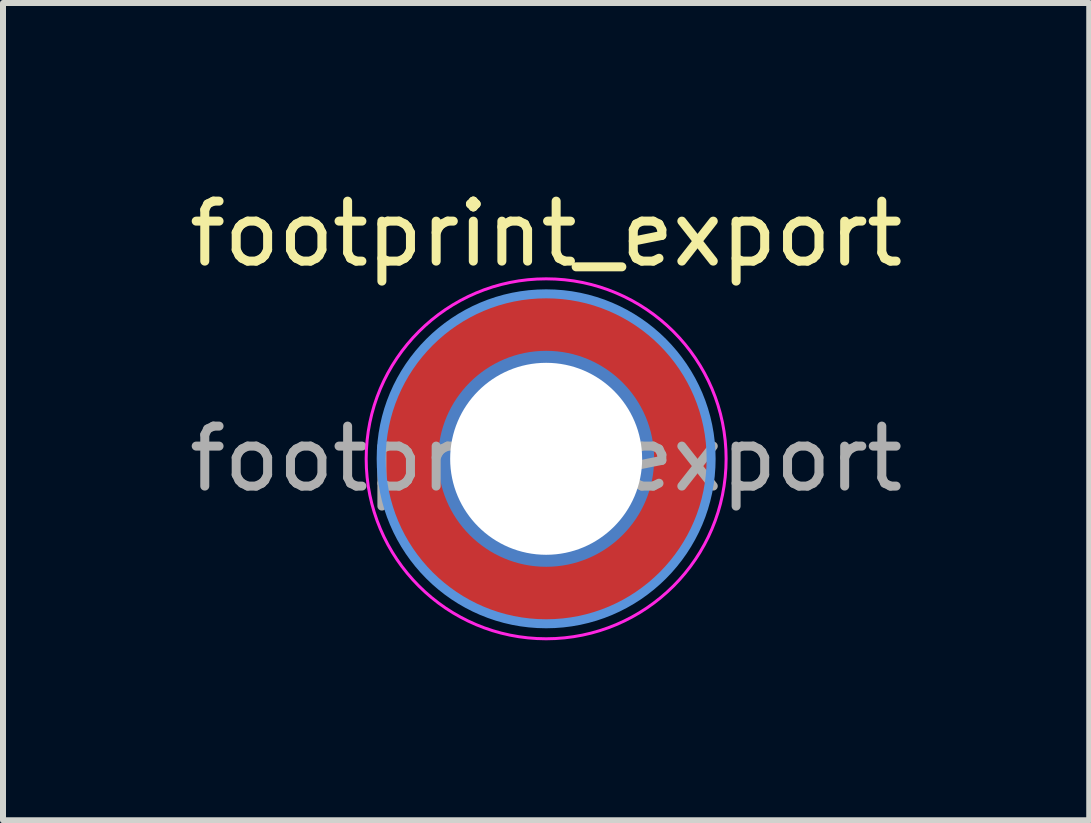
<source format=kicad_pcb>
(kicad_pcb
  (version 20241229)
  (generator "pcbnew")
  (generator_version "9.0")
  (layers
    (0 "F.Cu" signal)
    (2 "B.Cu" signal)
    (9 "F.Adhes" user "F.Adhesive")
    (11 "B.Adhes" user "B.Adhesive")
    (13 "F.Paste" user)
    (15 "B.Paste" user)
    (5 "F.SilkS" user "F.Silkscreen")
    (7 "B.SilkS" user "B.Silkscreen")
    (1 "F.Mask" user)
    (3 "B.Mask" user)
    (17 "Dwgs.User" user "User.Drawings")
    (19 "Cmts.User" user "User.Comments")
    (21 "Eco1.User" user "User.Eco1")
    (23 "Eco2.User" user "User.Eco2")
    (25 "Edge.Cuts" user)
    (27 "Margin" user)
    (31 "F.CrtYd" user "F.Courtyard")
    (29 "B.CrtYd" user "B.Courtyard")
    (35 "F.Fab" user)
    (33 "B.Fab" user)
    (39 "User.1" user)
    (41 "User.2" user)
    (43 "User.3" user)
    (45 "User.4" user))
  (footprint "footprint_export"
    (layer "F.Cu")
    (at 6.054 4.598)
    (property "Reference" "footprint_export" (at 0 -3.75 0) (layer "F.SilkS") (effects (font (size 1 1) (thickness 0.15))))
    (attr exclude_from_pos_files exclude_from_bom)
    (fp_circle (center 0 0) (end 2.75 0) (stroke (width 0.15) (type solid)) (fill no) (layer "Cmts.User"))
    (fp_circle (center 0 0) (end 3 0) (stroke (width 0.05) (type solid)) (fill no) (layer "F.CrtYd"))
    (fp_text user "${REFERENCE}" (at 0 0 0) (layer "F.Fab") (effects (font (size 1 1) (thickness 0.15))))
    (pad "1" thru_hole circle (at 0 0) (size 3.6 3.6) (drill 3.2) (layers "*.Cu" "*.Mask"))
    (pad "1" connect circle (at 0 0) (size 5.5 5.5) (layers "F.Cu" "F.Mask")))
  (gr_rect
    (start -3 -3)
    (end 15.107 10.623)
    (stroke (width 0.1) (type default))
    (fill no)
    (layer "Edge.Cuts")))
</source>
